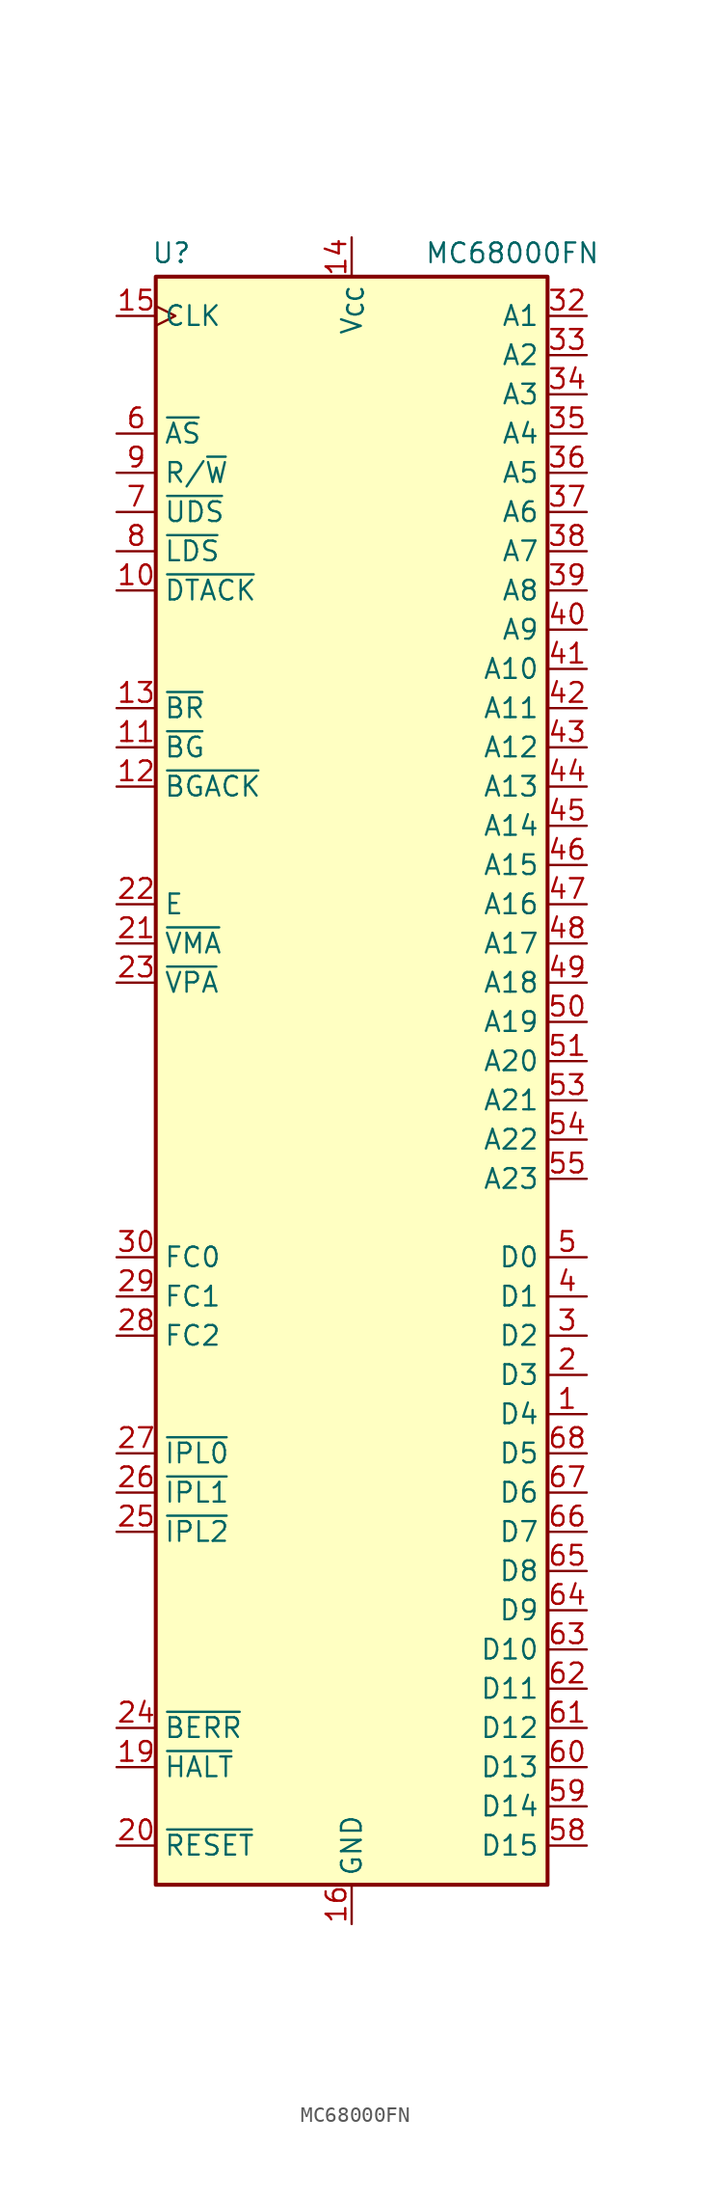
<source format=kicad_sym>
(kicad_symbol_lib
  (version 20241209)
  (generator "kicad_symbol_editor")
  (generator_version "9.0")
  (symbol "MC68000FN"
    (property "Reference" "U"
      (at -11.684 54.864 0)
      (effects (font (size 1.27 1.27))))
    (property "Value" "MC68000FN"
      (at 10.414 54.864 0)
      (effects (font (size 1.27 1.27))))
    (symbol "MC68000FN_0_1"
      (rectangle (start -12.7 53.34) (end 12.7 -50.8) (stroke (width 0.254) (type default)) (fill (type background))))
    (symbol "MC68000FN_1_1"
      (pin input clock (at -15.24 50.8 0) (length 2.54) (name "CLK" (effects (font (size 1.27 1.27)))) (number "15" (effects (font (size 1.27 1.27)))))
      (pin tri_state line (at -15.24 43.18 0) (length 2.54) (name "~{AS}" (effects (font (size 1.27 1.27)))) (number "6" (effects (font (size 1.27 1.27)))))
      (pin tri_state line (at -15.24 40.64 0) (length 2.54) (name "R/~{W}" (effects (font (size 1.27 1.27)))) (number "9" (effects (font (size 1.27 1.27)))))
      (pin tri_state line (at -15.24 38.1 0) (length 2.54) (name "~{UDS}" (effects (font (size 1.27 1.27)))) (number "7" (effects (font (size 1.27 1.27)))))
      (pin tri_state line (at -15.24 35.56 0) (length 2.54) (name "~{LDS}" (effects (font (size 1.27 1.27)))) (number "8" (effects (font (size 1.27 1.27)))))
      (pin input line (at -15.24 33.02 0) (length 2.54) (name "~{DTACK}" (effects (font (size 1.27 1.27)))) (number "10" (effects (font (size 1.27 1.27)))))
      (pin input line (at -15.24 25.4 0) (length 2.54) (name "~{BR}" (effects (font (size 1.27 1.27)))) (number "13" (effects (font (size 1.27 1.27)))))
      (pin output line (at -15.24 22.86 0) (length 2.54) (name "~{BG}" (effects (font (size 1.27 1.27)))) (number "11" (effects (font (size 1.27 1.27)))))
      (pin input line (at -15.24 20.32 0) (length 2.54) (name "~{BGACK}" (effects (font (size 1.27 1.27)))) (number "12" (effects (font (size 1.27 1.27)))))
      (pin output line (at -15.24 12.7 0) (length 2.54) (name "E" (effects (font (size 1.27 1.27)))) (number "22" (effects (font (size 1.27 1.27)))))
      (pin tri_state line (at -15.24 10.16 0) (length 2.54) (name "~{VMA}" (effects (font (size 1.27 1.27)))) (number "21" (effects (font (size 1.27 1.27)))))
      (pin input line (at -15.24 7.62 0) (length 2.54) (name "~{VPA}" (effects (font (size 1.27 1.27)))) (number "23" (effects (font (size 1.27 1.27)))))
      (pin tri_state line (at -15.24 -10.16 0) (length 2.54) (name "FC0" (effects (font (size 1.27 1.27)))) (number "30" (effects (font (size 1.27 1.27)))))
      (pin tri_state line (at -15.24 -12.7 0) (length 2.54) (name "FC1" (effects (font (size 1.27 1.27)))) (number "29" (effects (font (size 1.27 1.27)))))
      (pin tri_state line (at -15.24 -15.24 0) (length 2.54) (name "FC2" (effects (font (size 1.27 1.27)))) (number "28" (effects (font (size 1.27 1.27)))))
      (pin input line (at -15.24 -22.86 0) (length 2.54) (name "~{IPL0}" (effects (font (size 1.27 1.27)))) (number "27" (effects (font (size 1.27 1.27)))))
      (pin input line (at -15.24 -25.4 0) (length 2.54) (name "~{IPL1}" (effects (font (size 1.27 1.27)))) (number "26" (effects (font (size 1.27 1.27)))))
      (pin input line (at -15.24 -27.94 0) (length 2.54) (name "~{IPL2}" (effects (font (size 1.27 1.27)))) (number "25" (effects (font (size 1.27 1.27)))))
      (pin input line (at -15.24 -40.64 0) (length 2.54) (name "~{BERR}" (effects (font (size 1.27 1.27)))) (number "24" (effects (font (size 1.27 1.27)))))
      (pin bidirectional line (at -15.24 -43.18 0) (length 2.54) (name "~{HALT}" (effects (font (size 1.27 1.27)))) (number "19" (effects (font (size 1.27 1.27)))))
      (pin bidirectional line (at -15.24 -48.26 0) (length 2.54) (name "~{RESET}" (effects (font (size 1.27 1.27)))) (number "20" (effects (font (size 1.27 1.27)))))
      (pin no_connect line (at -12.7 -2.54 0) (length 2.54) (hide yes) (name "NC" (effects (font (size 1.27 1.27)))) (number "18" (effects (font (size 1.27 1.27)))))
      (pin no_connect line (at -12.7 -5.08 0) (length 2.54) (hide yes) (name "NC" (effects (font (size 1.27 1.27)))) (number "31" (effects (font (size 1.27 1.27)))))
      (pin power_in line (at 0 55.88 270) (length 2.54) (name "V_{CC}" (effects (font (size 1.27 1.27)))) (number "14" (effects (font (size 1.27 1.27)))))
      (pin passive line (at 0 55.88 270) (length 2.54) (hide yes) (name "V_{CC}" (effects (font (size 1.27 1.27)))) (number "52" (effects (font (size 1.27 1.27)))))
      (pin power_in line (at 0 -53.34 90) (length 2.54) (name "GND" (effects (font (size 1.27 1.27)))) (number "16" (effects (font (size 1.27 1.27)))))
      (pin passive line (at 0 -53.34 90) (length 2.54) (hide yes) (name "GND" (effects (font (size 1.27 1.27)))) (number "17" (effects (font (size 1.27 1.27)))))
      (pin passive line (at 0 -53.34 90) (length 2.54) (hide yes) (name "GND" (effects (font (size 1.27 1.27)))) (number "56" (effects (font (size 1.27 1.27)))))
      (pin passive line (at 0 -53.34 90) (length 2.54) (hide yes) (name "GND" (effects (font (size 1.27 1.27)))) (number "57" (effects (font (size 1.27 1.27)))))
      (pin tri_state line (at 15.24 50.8 180) (length 2.54) (name "A1" (effects (font (size 1.27 1.27)))) (number "32" (effects (font (size 1.27 1.27)))))
      (pin tri_state line (at 15.24 48.26 180) (length 2.54) (name "A2" (effects (font (size 1.27 1.27)))) (number "33" (effects (font (size 1.27 1.27)))))
      (pin tri_state line (at 15.24 45.72 180) (length 2.54) (name "A3" (effects (font (size 1.27 1.27)))) (number "34" (effects (font (size 1.27 1.27)))))
      (pin tri_state line (at 15.24 43.18 180) (length 2.54) (name "A4" (effects (font (size 1.27 1.27)))) (number "35" (effects (font (size 1.27 1.27)))))
      (pin tri_state line (at 15.24 40.64 180) (length 2.54) (name "A5" (effects (font (size 1.27 1.27)))) (number "36" (effects (font (size 1.27 1.27)))))
      (pin tri_state line (at 15.24 38.1 180) (length 2.54) (name "A6" (effects (font (size 1.27 1.27)))) (number "37" (effects (font (size 1.27 1.27)))))
      (pin tri_state line (at 15.24 35.56 180) (length 2.54) (name "A7" (effects (font (size 1.27 1.27)))) (number "38" (effects (font (size 1.27 1.27)))))
      (pin tri_state line (at 15.24 33.02 180) (length 2.54) (name "A8" (effects (font (size 1.27 1.27)))) (number "39" (effects (font (size 1.27 1.27)))))
      (pin tri_state line (at 15.24 30.48 180) (length 2.54) (name "A9" (effects (font (size 1.27 1.27)))) (number "40" (effects (font (size 1.27 1.27)))))
      (pin tri_state line (at 15.24 27.94 180) (length 2.54) (name "A10" (effects (font (size 1.27 1.27)))) (number "41" (effects (font (size 1.27 1.27)))))
      (pin tri_state line (at 15.24 25.4 180) (length 2.54) (name "A11" (effects (font (size 1.27 1.27)))) (number "42" (effects (font (size 1.27 1.27)))))
      (pin tri_state line (at 15.24 22.86 180) (length 2.54) (name "A12" (effects (font (size 1.27 1.27)))) (number "43" (effects (font (size 1.27 1.27)))))
      (pin tri_state line (at 15.24 20.32 180) (length 2.54) (name "A13" (effects (font (size 1.27 1.27)))) (number "44" (effects (font (size 1.27 1.27)))))
      (pin tri_state line (at 15.24 17.78 180) (length 2.54) (name "A14" (effects (font (size 1.27 1.27)))) (number "45" (effects (font (size 1.27 1.27)))))
      (pin tri_state line (at 15.24 15.24 180) (length 2.54) (name "A15" (effects (font (size 1.27 1.27)))) (number "46" (effects (font (size 1.27 1.27)))))
      (pin tri_state line (at 15.24 12.7 180) (length 2.54) (name "A16" (effects (font (size 1.27 1.27)))) (number "47" (effects (font (size 1.27 1.27)))))
      (pin tri_state line (at 15.24 10.16 180) (length 2.54) (name "A17" (effects (font (size 1.27 1.27)))) (number "48" (effects (font (size 1.27 1.27)))))
      (pin tri_state line (at 15.24 7.62 180) (length 2.54) (name "A18" (effects (font (size 1.27 1.27)))) (number "49" (effects (font (size 1.27 1.27)))))
      (pin tri_state line (at 15.24 5.08 180) (length 2.54) (name "A19" (effects (font (size 1.27 1.27)))) (number "50" (effects (font (size 1.27 1.27)))))
      (pin tri_state line (at 15.24 2.54 180) (length 2.54) (name "A20" (effects (font (size 1.27 1.27)))) (number "51" (effects (font (size 1.27 1.27)))))
      (pin tri_state line (at 15.24 0 180) (length 2.54) (name "A21" (effects (font (size 1.27 1.27)))) (number "53" (effects (font (size 1.27 1.27)))))
      (pin tri_state line (at 15.24 -2.54 180) (length 2.54) (name "A22" (effects (font (size 1.27 1.27)))) (number "54" (effects (font (size 1.27 1.27)))))
      (pin tri_state line (at 15.24 -5.08 180) (length 2.54) (name "A23" (effects (font (size 1.27 1.27)))) (number "55" (effects (font (size 1.27 1.27)))))
      (pin bidirectional line (at 15.24 -10.16 180) (length 2.54) (name "D0" (effects (font (size 1.27 1.27)))) (number "5" (effects (font (size 1.27 1.27)))))
      (pin bidirectional line (at 15.24 -12.7 180) (length 2.54) (name "D1" (effects (font (size 1.27 1.27)))) (number "4" (effects (font (size 1.27 1.27)))))
      (pin bidirectional line (at 15.24 -15.24 180) (length 2.54) (name "D2" (effects (font (size 1.27 1.27)))) (number "3" (effects (font (size 1.27 1.27)))))
      (pin bidirectional line (at 15.24 -17.78 180) (length 2.54) (name "D3" (effects (font (size 1.27 1.27)))) (number "2" (effects (font (size 1.27 1.27)))))
      (pin bidirectional line (at 15.24 -20.32 180) (length 2.54) (name "D4" (effects (font (size 1.27 1.27)))) (number "1" (effects (font (size 1.27 1.27)))))
      (pin bidirectional line (at 15.24 -22.86 180) (length 2.54) (name "D5" (effects (font (size 1.27 1.27)))) (number "68" (effects (font (size 1.27 1.27)))))
      (pin bidirectional line (at 15.24 -25.4 180) (length 2.54) (name "D6" (effects (font (size 1.27 1.27)))) (number "67" (effects (font (size 1.27 1.27)))))
      (pin bidirectional line (at 15.24 -27.94 180) (length 2.54) (name "D7" (effects (font (size 1.27 1.27)))) (number "66" (effects (font (size 1.27 1.27)))))
      (pin bidirectional line (at 15.24 -30.48 180) (length 2.54) (name "D8" (effects (font (size 1.27 1.27)))) (number "65" (effects (font (size 1.27 1.27)))))
      (pin bidirectional line (at 15.24 -33.02 180) (length 2.54) (name "D9" (effects (font (size 1.27 1.27)))) (number "64" (effects (font (size 1.27 1.27)))))
      (pin bidirectional line (at 15.24 -35.56 180) (length 2.54) (name "D10" (effects (font (size 1.27 1.27)))) (number "63" (effects (font (size 1.27 1.27)))))
      (pin bidirectional line (at 15.24 -38.1 180) (length 2.54) (name "D11" (effects (font (size 1.27 1.27)))) (number "62" (effects (font (size 1.27 1.27)))))
      (pin bidirectional line (at 15.24 -40.64 180) (length 2.54) (name "D12" (effects (font (size 1.27 1.27)))) (number "61" (effects (font (size 1.27 1.27)))))
      (pin bidirectional line (at 15.24 -43.18 180) (length 2.54) (name "D13" (effects (font (size 1.27 1.27)))) (number "60" (effects (font (size 1.27 1.27)))))
      (pin bidirectional line (at 15.24 -45.72 180) (length 2.54) (name "D14" (effects (font (size 1.27 1.27)))) (number "59" (effects (font (size 1.27 1.27)))))
      (pin bidirectional line (at 15.24 -48.26 180) (length 2.54) (name "D15" (effects (font (size 1.27 1.27)))) (number "58" (effects (font (size 1.27 1.27))))))))
</source>
